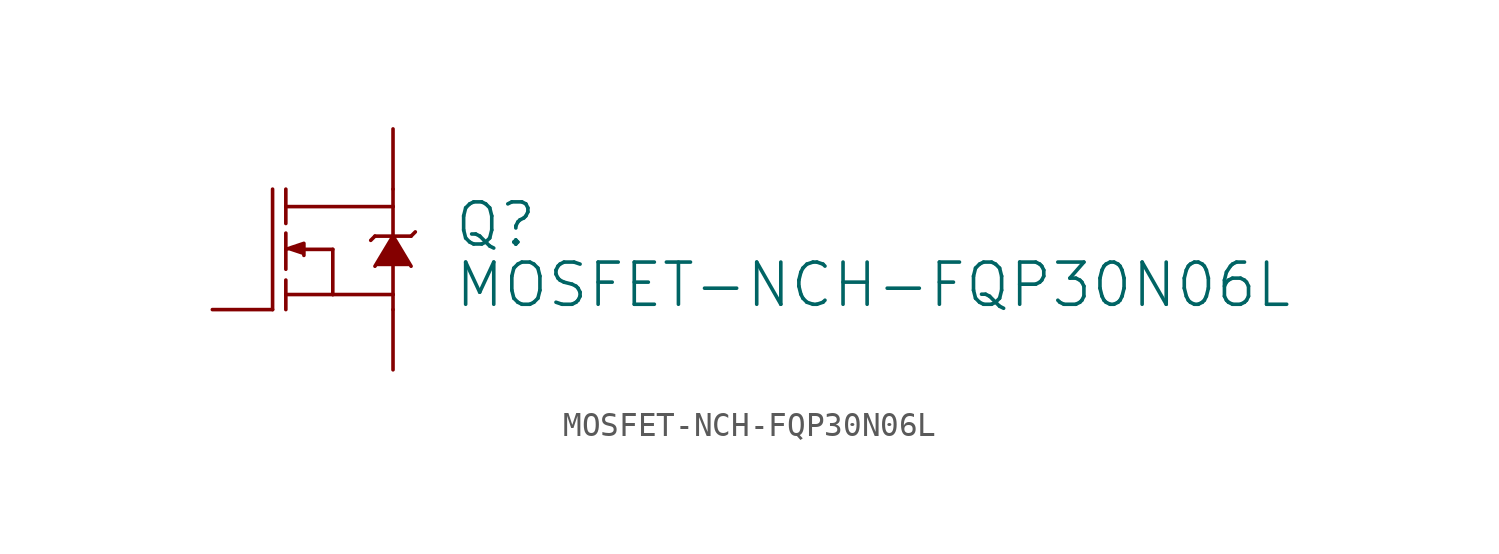
<source format=kicad_sym>
(kicad_symbol_lib
  (version 20211014)
  (generator kicad_symbol_editor)
  (symbol "MOSFET-NCH-FQP30N06L"
    (pin_names
      (offset 1.016))
    (property "Reference" "Q"
      (at 5.08 0 0)
      (effects (font (size 1.778 1.778)) (justify left bottom)))
    (property "Value" "MOSFET-NCH-FQP30N06L"
      (at 5.08 -2.54 0)
      (effects (font (size 1.778 1.778)) (justify left bottom)))
    (property "ki_locked" ""
      (at 0 0 0)
      (effects (font (size 1.27 1.27))))
    (symbol "MOSFET-NCH-FQP30N06L_1_0"
      (polyline (pts (xy -2.54 -2.54) (xy -2.54 2.54)) (stroke (width 0) (type default) (color 0 0 0 0)) (fill (type none)))
      (polyline (pts (xy -1.981 -1.905) (xy -1.981 -2.54)) (stroke (width 0) (type default) (color 0 0 0 0)) (fill (type none)))
      (polyline (pts (xy -1.981 -1.905) (xy 0 -1.905)) (stroke (width 0) (type default) (color 0 0 0 0)) (fill (type none)))
      (polyline (pts (xy -1.981 -1.295) (xy -1.981 -1.905)) (stroke (width 0) (type default) (color 0 0 0 0)) (fill (type none)))
      (polyline (pts (xy -1.981 0.686) (xy -1.981 -0.838)) (stroke (width 0) (type default) (color 0 0 0 0)) (fill (type none)))
      (polyline (pts (xy -1.981 1.803) (xy -1.981 1.092)) (stroke (width 0) (type default) (color 0 0 0 0)) (fill (type none)))
      (polyline (pts (xy -1.981 1.803) (xy 2.54 1.803)) (stroke (width 0) (type default) (color 0 0 0 0)) (fill (type none)))
      (polyline (pts (xy -1.981 2.54) (xy -1.981 1.803)) (stroke (width 0) (type default) (color 0 0 0 0)) (fill (type none)))
      (polyline (pts (xy 0 -1.905) (xy 0 0)) (stroke (width 0) (type default) (color 0 0 0 0)) (fill (type none)))
      (polyline (pts (xy 0 0) (xy -1.219 0)) (stroke (width 0) (type default) (color 0 0 0 0)) (fill (type none)))
      (polyline (pts (xy 1.6 0.381) (xy 1.778 0.559)) (stroke (width 0) (type default) (color 0 0 0 0)) (fill (type none)))
      (polyline (pts (xy 2.54 -2.54) (xy 2.54 -1.905)) (stroke (width 0) (type default) (color 0 0 0 0)) (fill (type none)))
      (polyline (pts (xy 2.54 -1.905) (xy 0 -1.905)) (stroke (width 0) (type default) (color 0 0 0 0)) (fill (type none)))
      (polyline (pts (xy 2.54 -0.711) (xy 2.54 -1.905)) (stroke (width 0) (type default) (color 0 0 0 0)) (fill (type none)))
      (polyline (pts (xy 2.54 0.559) (xy 1.778 0.559)) (stroke (width 0) (type default) (color 0 0 0 0)) (fill (type none)))
      (polyline (pts (xy 2.54 0.559) (xy 3.302 0.559)) (stroke (width 0) (type default) (color 0 0 0 0)) (fill (type none)))
      (polyline (pts (xy 2.54 1.803) (xy 2.54 0.559)) (stroke (width 0) (type default) (color 0 0 0 0)) (fill (type none)))
      (polyline (pts (xy 2.54 2.54) (xy 2.54 1.803)) (stroke (width 0) (type default) (color 0 0 0 0)) (fill (type none)))
      (polyline (pts (xy 3.302 0.559) (xy 3.48 0.737)) (stroke (width 0) (type default) (color 0 0 0 0)) (fill (type none)))
      (polyline (pts (xy -1.981 0) (xy -1.219 0.254) (xy -1.219 -0.254)) (stroke (width 0) (type default) (color 0 0 0 0)) (fill (type outline)))
      (polyline (pts (xy 1.778 -0.711) (xy 2.54 0.559) (xy 3.302 -0.711)) (stroke (width 0) (type default) (color 0 0 0 0)) (fill (type outline)))
      (pin bidirectional line (at -5.08 -2.54 0) (length 2.54) (name "G" (effects (font (size 0 0)))) (number "1" (effects (font (size 0 0)))))
      (pin bidirectional line (at 2.54 5.08 270) (length 2.54) (name "D" (effects (font (size 0 0)))) (number "2" (effects (font (size 0 0)))))
      (pin bidirectional line (at 2.54 -5.08 90) (length 2.54) (name "S" (effects (font (size 0 0)))) (number "3" (effects (font (size 0 0))))))))
</source>
